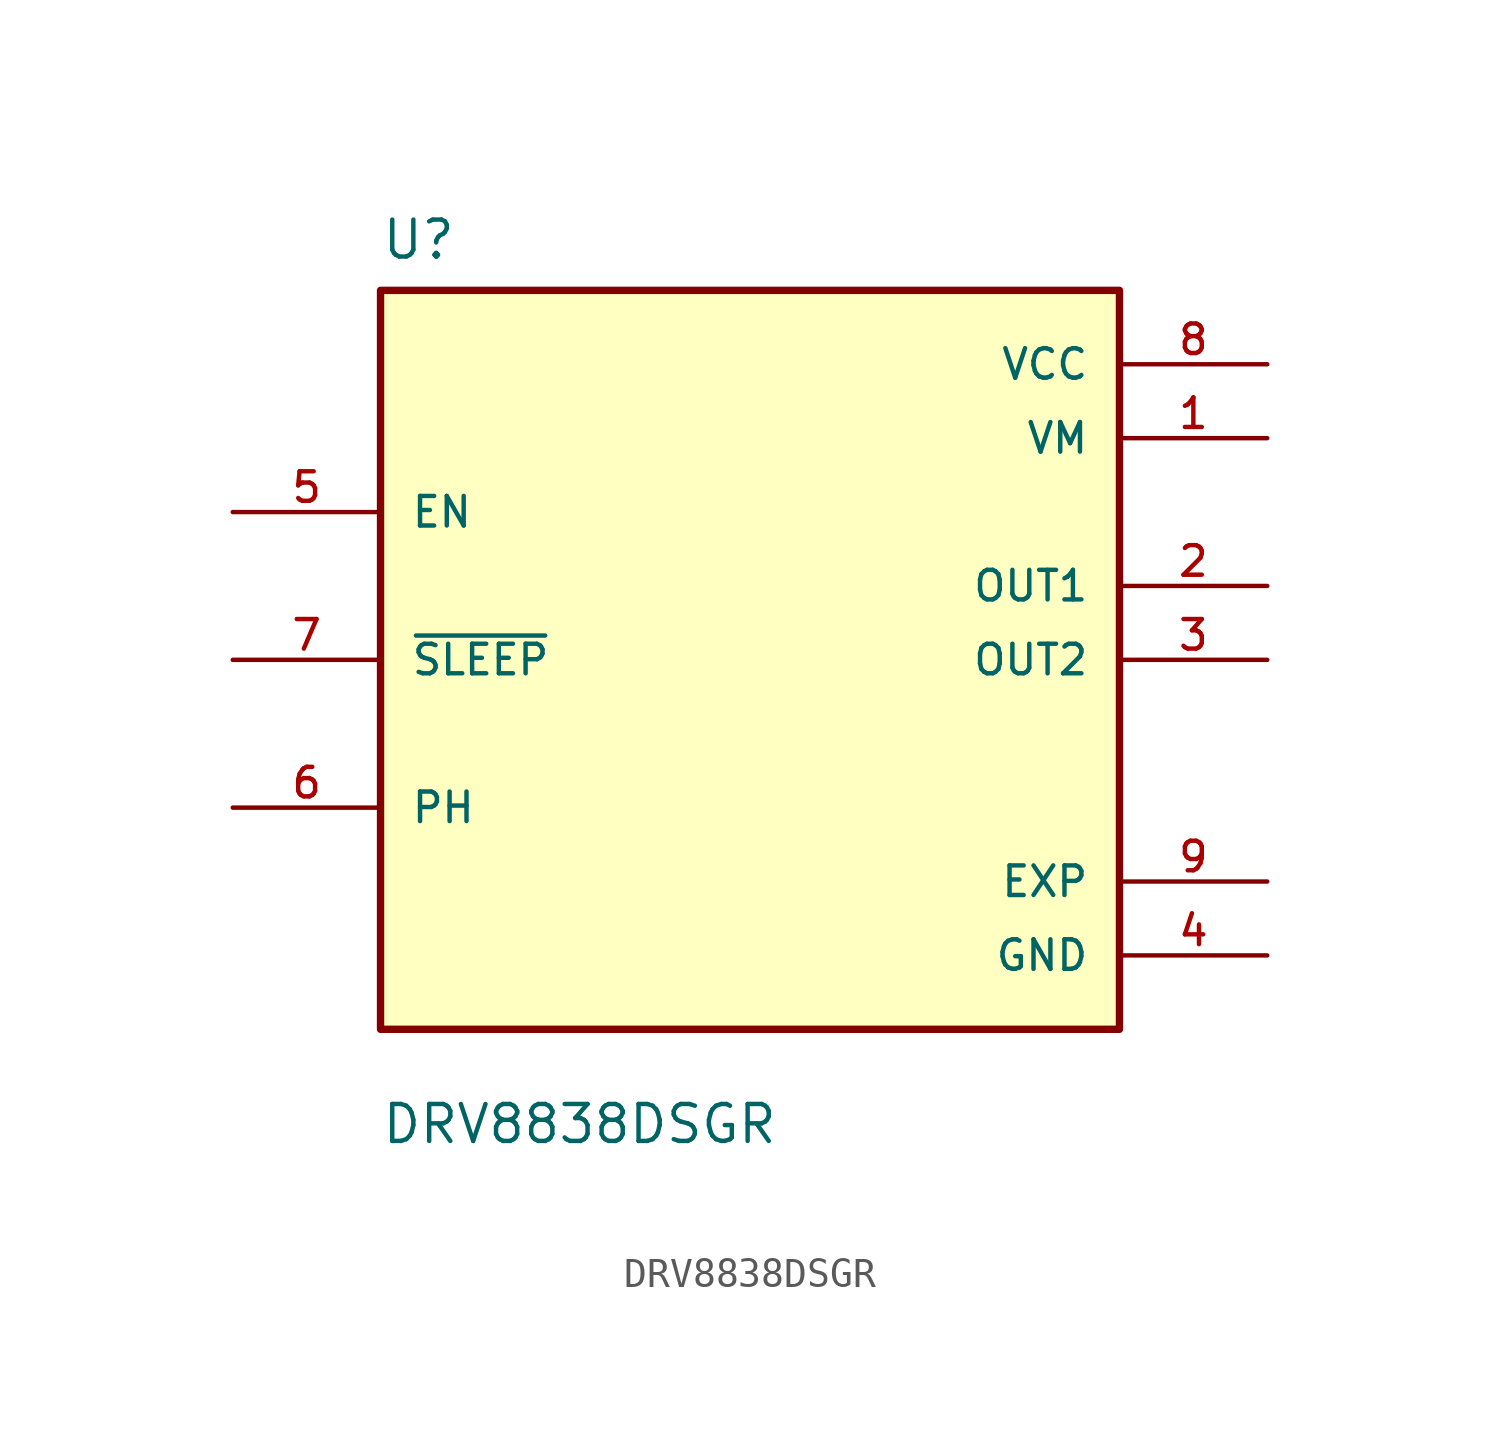
<source format=kicad_sym>
(kicad_symbol_lib
  (version 20241209)
  (generator "kicad_symbol_editor")
  (generator_version "9.0")
  (symbol "DRV8838DSGR"
    (pin_names
      (offset 1.016))
    (property "Reference" "U"
      (at -12.7 13.7 0)
      (effects (font (size 1.27 1.27)) (justify left bottom)))
    (property "Value" "DRV8838DSGR"
      (at -12.7 -16.7 0)
      (effects (font (size 1.27 1.27)) (justify left bottom)))
    (symbol "DRV8838DSGR_0_0"
      (rectangle (start -12.7 -12.7) (end 12.7 12.7) (stroke (width 0.254) (type default)) (fill (type background)))
      (pin input line (at -17.78 5.08 0) (length 5.08) (name "EN" (effects (font (size 1.016 1.016)))) (number "5" (effects (font (size 1.016 1.016)))))
      (pin input line (at -17.78 0 0) (length 5.08) (name "~{SLEEP}" (effects (font (size 1.016 1.016)))) (number "7" (effects (font (size 1.016 1.016)))))
      (pin input line (at -17.78 -5.08 0) (length 5.08) (name "PH" (effects (font (size 1.016 1.016)))) (number "6" (effects (font (size 1.016 1.016)))))
      (pin power_in line (at 17.78 10.16 180) (length 5.08) (name "VCC" (effects (font (size 1.016 1.016)))) (number "8" (effects (font (size 1.016 1.016)))))
      (pin power_in line (at 17.78 7.62 180) (length 5.08) (name "VM" (effects (font (size 1.016 1.016)))) (number "1" (effects (font (size 1.016 1.016)))))
      (pin output line (at 17.78 2.54 180) (length 5.08) (name "OUT1" (effects (font (size 1.016 1.016)))) (number "2" (effects (font (size 1.016 1.016)))))
      (pin output line (at 17.78 0 180) (length 5.08) (name "OUT2" (effects (font (size 1.016 1.016)))) (number "3" (effects (font (size 1.016 1.016)))))
      (pin power_in line (at 17.78 -7.62 180) (length 5.08) (name "EXP" (effects (font (size 1.016 1.016)))) (number "9" (effects (font (size 1.016 1.016)))))
      (pin power_in line (at 17.78 -10.16 180) (length 5.08) (name "GND" (effects (font (size 1.016 1.016)))) (number "4" (effects (font (size 1.016 1.016))))))))
</source>
